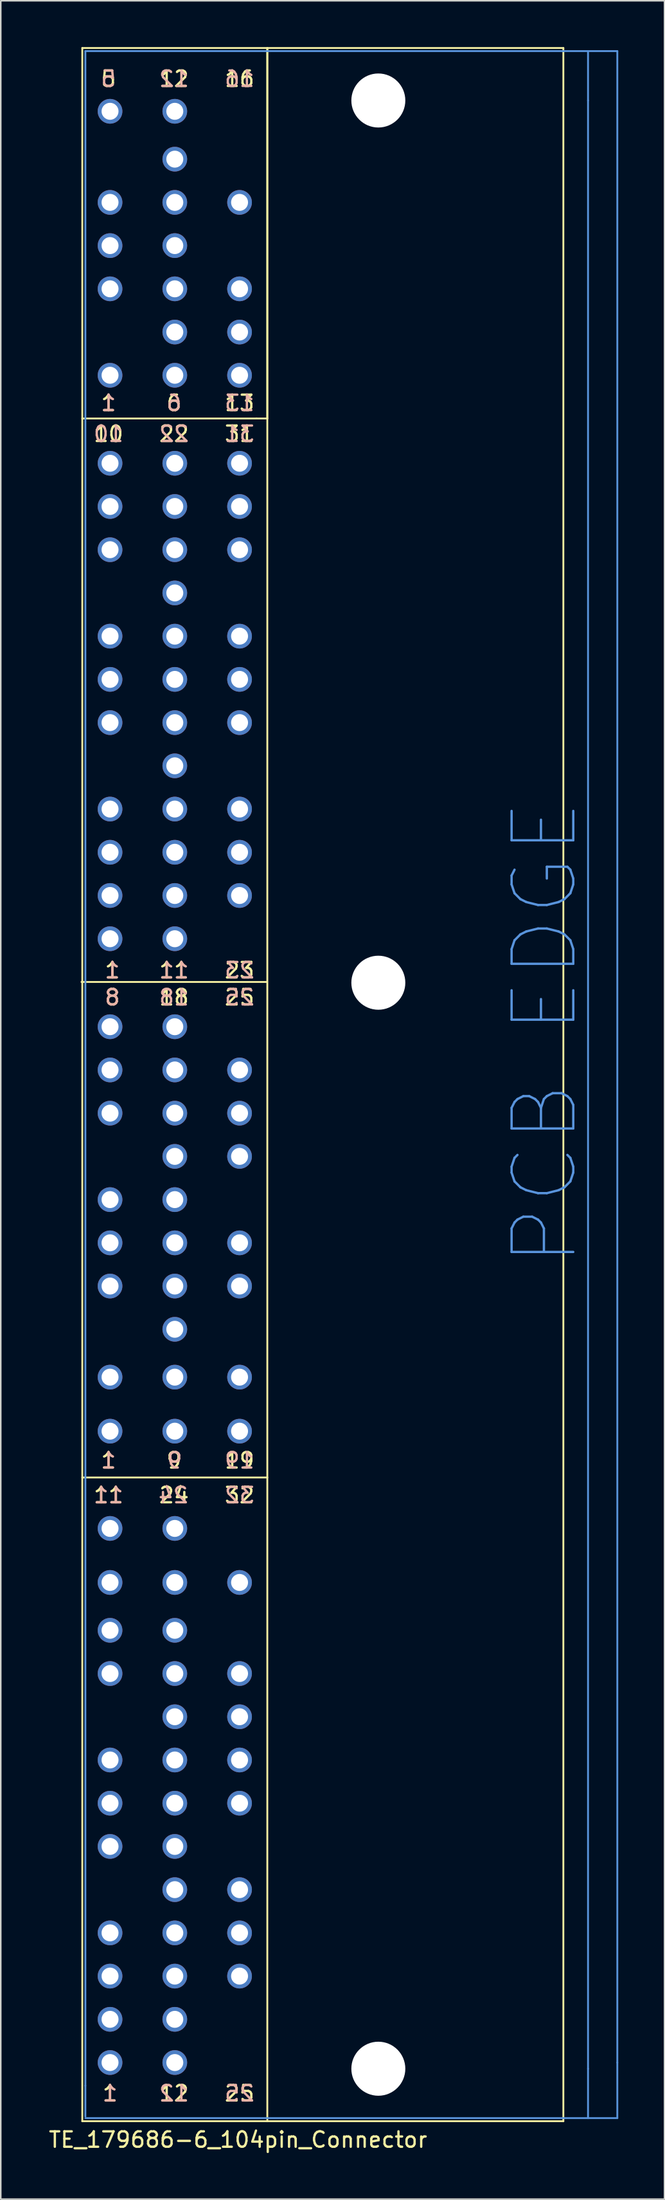
<source format=kicad_pcb>
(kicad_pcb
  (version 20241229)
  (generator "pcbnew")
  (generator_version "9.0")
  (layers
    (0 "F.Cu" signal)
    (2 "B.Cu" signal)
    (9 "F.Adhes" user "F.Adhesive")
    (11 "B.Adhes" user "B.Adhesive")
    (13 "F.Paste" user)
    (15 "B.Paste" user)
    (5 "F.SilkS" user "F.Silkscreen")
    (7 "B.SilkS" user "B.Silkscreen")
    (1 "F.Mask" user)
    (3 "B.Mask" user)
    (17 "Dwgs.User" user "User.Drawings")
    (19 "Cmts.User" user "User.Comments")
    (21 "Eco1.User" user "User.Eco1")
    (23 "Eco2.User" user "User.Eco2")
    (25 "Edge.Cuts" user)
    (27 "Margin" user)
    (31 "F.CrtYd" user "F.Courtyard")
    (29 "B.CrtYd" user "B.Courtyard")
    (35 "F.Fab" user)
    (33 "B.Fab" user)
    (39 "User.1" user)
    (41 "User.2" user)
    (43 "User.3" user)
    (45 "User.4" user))
  (footprint "TE_179686-6_104pin_Connector"
    (layer "F.Cu")
    (at 4.087 4.16)
    (property "Reference" "TE_179686-6_104pin_Connector" (at 8.3 131.4 0) (layer "F.SilkS") (effects (font (size 1 1) (thickness 0.15))))
    (attr through_hole)
    (fp_line (start -1.85 56.4) (end 10.15 56.4) (stroke (width 0.12) (type solid)) (layer "F.SilkS"))
    (fp_line (start -1.8 -4.1) (end 29.4 -4.1) (stroke (width 0.12) (type solid)) (layer "F.SilkS"))
    (fp_line (start -1.8 19.9) (end 9.5 19.9) (stroke (width 0.12) (type solid)) (layer "F.SilkS"))
    (fp_line (start -1.8 88.5) (end 10.2 88.5) (stroke (width 0.12) (type solid)) (layer "F.SilkS"))
    (fp_line (start -1.8 130.2) (end -1.8 -4.1) (stroke (width 0.12) (type solid)) (layer "F.SilkS"))
    (fp_line (start 9.5 19.9) (end 10.2 19.9) (stroke (width 0.12) (type solid)) (layer "F.SilkS"))
    (fp_line (start 10.2 -4.1) (end 10.2 130.2) (stroke (width 0.12) (type solid)) (layer "F.SilkS"))
    (fp_line (start 10.2 19.9) (end 10.2 -4.1) (stroke (width 0.12) (type solid)) (layer "F.SilkS"))
    (fp_line (start 29.4 -4.1) (end 29.4 -3.9) (stroke (width 0.12) (type solid)) (layer "F.SilkS"))
    (fp_line (start 29.4 -3.9) (end 29.4 130.2) (stroke (width 0.12) (type solid)) (layer "F.SilkS"))
    (fp_line (start 29.4 130.2) (end -1.8 130.2) (stroke (width 0.12) (type solid)) (layer "F.SilkS"))
    (fp_line (start -1.6 -3.9) (end -1.6 127.9) (stroke (width 0.12) (type solid)) (layer "Cmts.User"))
    (fp_line (start -1.6 127.9) (end -1.6 129.9) (stroke (width 0.12) (type solid)) (layer "Cmts.User"))
    (fp_line (start -1.6 130) (end 32.9 130) (stroke (width 0.12) (type solid)) (layer "Cmts.User"))
    (fp_line (start 31 -0.7) (end 31 -3.9) (stroke (width 0.12) (type solid)) (layer "Cmts.User"))
    (fp_line (start 31 -0.7) (end 31 126.8) (stroke (width 0.12) (type solid)) (layer "Cmts.User"))
    (fp_line (start 31 126.8) (end 31 130) (stroke (width 0.12) (type solid)) (layer "Cmts.User"))
    (fp_line (start 32.9 -3.9) (end -1.6 -3.9) (stroke (width 0.12) (type solid)) (layer "Cmts.User"))
    (fp_line (start 32.9 126.4) (end 32.9 -3.9) (stroke (width 0.12) (type solid)) (layer "Cmts.User"))
    (fp_line (start 32.9 130) (end 32.9 126.4) (stroke (width 0.12) (type solid)) (layer "Cmts.User"))
    (fp_text user "11" (at 4.15 55.65 0) (layer "F.SilkS") (effects (font (size 1 1) (thickness 0.15))))
    (fp_text user "11" (at -0.1 89.65 0) (layer "F.SilkS") (effects (font (size 1 1) (thickness 0.15))))
    (fp_text user "24" (at 4.15 89.65 0) (layer "F.SilkS") (effects (font (size 1 1) (thickness 0.15))))
    (fp_text user "16" (at 8.4 -2.1 0) (layer "F.SilkS") (effects (font (size 1 1) (thickness 0.15))))
    (fp_text user "19" (at 8.4 87.4 0) (layer "F.SilkS") (effects (font (size 1 1) (thickness 0.15))))
    (fp_text user "8" (at 0.15 57.4 0) (layer "F.SilkS") (effects (font (size 1 1) (thickness 0.15))))
    (fp_text user "1" (at -0.1 18.9 0) (layer "F.SilkS") (effects (font (size 1 1) (thickness 0.15))))
    (fp_text user "1" (at 0 128.4 0) (layer "F.SilkS") (effects (font (size 1 1) (thickness 0.15))))
    (fp_text user "13" (at 8.4 18.9 0) (layer "F.SilkS") (effects (font (size 1 1) (thickness 0.15))))
    (fp_text user "25" (at 8.4 128.4 0) (layer "F.SilkS") (effects (font (size 1 1) (thickness 0.15))))
    (fp_text user "10" (at -0.1 20.9 0) (layer "F.SilkS") (effects (font (size 1 1) (thickness 0.15))))
    (fp_text user "32" (at 8.4 89.65 0) (layer "F.SilkS") (effects (font (size 1 1) (thickness 0.15))))
    (fp_text user "18" (at 4.15 57.4 0) (layer "F.SilkS") (effects (font (size 1 1) (thickness 0.15))))
    (fp_text user "12" (at 4.15 128.4 0) (layer "F.SilkS") (effects (font (size 1 1) (thickness 0.15))))
    (fp_text user "23" (at 8.4 55.65 0) (layer "F.SilkS") (effects (font (size 1 1) (thickness 0.15))))
    (fp_text user "22" (at 4.15 20.9 0) (layer "F.SilkS") (effects (font (size 1 1) (thickness 0.15))))
    (fp_text user "1" (at 0.15 55.65 0) (layer "F.SilkS") (effects (font (size 1 1) (thickness 0.15))))
    (fp_text user "9" (at 4.15 87.4 0) (layer "F.SilkS") (effects (font (size 1 1) (thickness 0.15))))
    (fp_text user "25" (at 8.4 57.4 0) (layer "F.SilkS") (effects (font (size 1 1) (thickness 0.15))))
    (fp_text user "31" (at 8.4 20.9 0) (layer "F.SilkS") (effects (font (size 1 1) (thickness 0.15))))
    (fp_text user "5" (at -0.1 -2.1 0) (layer "F.SilkS") (effects (font (size 1 1) (thickness 0.15))))
    (fp_text user "6" (at 4.15 18.9 0) (layer "F.SilkS") (effects (font (size 1 1) (thickness 0.15))))
    (fp_text user "1" (at -0.1 87.4 0) (layer "F.SilkS") (effects (font (size 1 1) (thickness 0.15))))
    (fp_text user "12" (at 4.15 -2.1 0) (layer "F.SilkS") (effects (font (size 1 1) (thickness 0.15))))
    (fp_text user "25" (at 8.4 128.4 0) (layer "B.SilkS") (effects (font (size 1 1) (thickness 0.15)) (justify mirror)))
    (fp_text user "25" (at 8.4 57.4 0) (layer "B.SilkS") (effects (font (size 1 1) (thickness 0.15)) (justify mirror)))
    (fp_text user "9" (at 4.2 87.4 180) (layer "B.SilkS") (effects (font (size 1 1) (thickness 0.15)) (justify mirror)))
    (fp_text user "11" (at -0.1 89.65 180) (layer "B.SilkS") (effects (font (size 1 1) (thickness 0.15)) (justify mirror)))
    (fp_text user "31" (at 8.4 20.9 0) (layer "B.SilkS") (effects (font (size 1 1) (thickness 0.15)) (justify mirror)))
    (fp_text user "12" (at 4.15 128.4 0) (layer "B.SilkS") (effects (font (size 1 1) (thickness 0.15)) (justify mirror)))
    (fp_text user "1" (at 0.15 55.65 0) (layer "B.SilkS") (effects (font (size 1 1) (thickness 0.15)) (justify mirror)))
    (fp_text user "1" (at 0 128.4 0) (layer "B.SilkS") (effects (font (size 1 1) (thickness 0.15)) (justify mirror)))
    (fp_text user "1" (at -0.1 18.9 0) (layer "B.SilkS") (effects (font (size 1 1) (thickness 0.15)) (justify mirror)))
    (fp_text user "24" (at 4.1 89.65 180) (layer "B.SilkS") (effects (font (size 1 1) (thickness 0.15)) (justify mirror)))
    (fp_text user "22" (at 4.15 20.9 0) (layer "B.SilkS") (effects (font (size 1 1) (thickness 0.15)) (justify mirror)))
    (fp_text user "19" (at 8.4 87.4 180) (layer "B.SilkS") (effects (font (size 1 1) (thickness 0.15)) (justify mirror)))
    (fp_text user "11" (at 4.15 55.65 0) (layer "B.SilkS") (effects (font (size 1 1) (thickness 0.15)) (justify mirror)))
    (fp_text user "8" (at 0.15 57.4 0) (layer "B.SilkS") (effects (font (size 1 1) (thickness 0.15)) (justify mirror)))
    (fp_text user "16" (at 8.4 -2.1 0) (layer "B.SilkS") (effects (font (size 1 1) (thickness 0.15)) (justify mirror)))
    (fp_text user "5" (at -0.1 -2.1 0) (layer "B.SilkS") (effects (font (size 1 1) (thickness 0.15)) (justify mirror)))
    (fp_text user "6" (at 4.15 18.9 0) (layer "B.SilkS") (effects (font (size 1 1) (thickness 0.15)) (justify mirror)))
    (fp_text user "23" (at 8.4 55.65 0) (layer "B.SilkS") (effects (font (size 1 1) (thickness 0.15)) (justify mirror)))
    (fp_text user "32" (at 8.4 89.65 180) (layer "B.SilkS") (effects (font (size 1 1) (thickness 0.15)) (justify mirror)))
    (fp_text user "1" (at -0.1 87.4 180) (layer "B.SilkS") (effects (font (size 1 1) (thickness 0.15)) (justify mirror)))
    (fp_text user "12" (at 4.15 -2.1 0) (layer "B.SilkS") (effects (font (size 1 1) (thickness 0.15)) (justify mirror)))
    (fp_text user "18" (at 4.15 57.4 0) (layer "B.SilkS") (effects (font (size 1 1) (thickness 0.15)) (justify mirror)))
    (fp_text user "10" (at -0.1 20.9 0) (layer "B.SilkS") (effects (font (size 1 1) (thickness 0.15)) (justify mirror)))
    (fp_text user "13" (at 8.4 18.9 0) (layer "B.SilkS") (effects (font (size 1 1) (thickness 0.15)) (justify mirror)))
    (fp_text user "PCB EDGE" (at 28.2 59.7 90) (layer "Cmts.User") (effects (font (size 4 4) (thickness 0.15))))
    (pad "" np_thru_hole circle (at 17.4 -0.7) (size 3.5 3.5) (drill 3.5) (layers "*.Cu" "*.Mask"))
    (pad "" np_thru_hole circle (at 17.4 56.45) (size 3.5 3.5) (drill 3.5) (layers "*.Cu" "*.Mask"))
    (pad "" np_thru_hole circle (at 17.4 126.8) (size 3.5 3.5) (drill 3.5) (layers "*.Cu" "*.Mask"))
    (pad "1" thru_hole circle (at 0 126.4) (size 1.6 1.6) (drill 1.1) (layers "*.Cu" "*.Mask"))
    (pad "2" thru_hole circle (at 0 123.6) (size 1.6 1.6) (drill 1.1) (layers "*.Cu" "*.Mask"))
    (pad "3" thru_hole circle (at 0 120.8) (size 1.6 1.6) (drill 1.1) (layers "*.Cu" "*.Mask"))
    (pad "4" thru_hole circle (at 0 118) (size 1.6 1.6) (drill 1.1) (layers "*.Cu" "*.Mask"))
    (pad "5" thru_hole circle (at 0 112.4) (size 1.6 1.6) (drill 1.1) (layers "*.Cu" "*.Mask"))
    (pad "6" thru_hole circle (at 0 109.6) (size 1.6 1.6) (drill 1.1) (layers "*.Cu" "*.Mask"))
    (pad "7" thru_hole circle (at 0 106.8) (size 1.6 1.6) (drill 1.1) (layers "*.Cu" "*.Mask"))
    (pad "8" thru_hole circle (at 0 101.2) (size 1.6 1.6) (drill 1.1) (layers "*.Cu" "*.Mask"))
    (pad "9" thru_hole circle (at 0 98.4) (size 1.6 1.6) (drill 1.1) (layers "*.Cu" "*.Mask"))
    (pad "10" thru_hole circle (at 0 95.3) (size 1.6 1.6) (drill 1.1) (layers "*.Cu" "*.Mask"))
    (pad "11" thru_hole circle (at 0 91.8) (size 1.6 1.6) (drill 1.1) (layers "*.Cu" "*.Mask"))
    (pad "12" thru_hole circle (at 4.2 126.4) (size 1.6 1.6) (drill 1.1) (layers "*.Cu" "*.Mask"))
    (pad "13" thru_hole circle (at 4.2 123.6) (size 1.6 1.6) (drill 1.1) (layers "*.Cu" "*.Mask"))
    (pad "14" thru_hole circle (at 4.2 120.8) (size 1.6 1.6) (drill 1.1) (layers "*.Cu" "*.Mask"))
    (pad "15" thru_hole circle (at 4.2 118) (size 1.6 1.6) (drill 1.1) (layers "*.Cu" "*.Mask"))
    (pad "16" thru_hole circle (at 4.2 115.2) (size 1.6 1.6) (drill 1.1) (layers "*.Cu" "*.Mask"))
    (pad "17" thru_hole circle (at 4.2 112.4) (size 1.6 1.6) (drill 1.1) (layers "*.Cu" "*.Mask"))
    (pad "18" thru_hole circle (at 4.2 109.6) (size 1.6 1.6) (drill 1.1) (layers "*.Cu" "*.Mask"))
    (pad "19" thru_hole circle (at 4.2 106.8) (size 1.6 1.6) (drill 1.1) (layers "*.Cu" "*.Mask"))
    (pad "20" thru_hole circle (at 4.2 104) (size 1.6 1.6) (drill 1.1) (layers "*.Cu" "*.Mask"))
    (pad "21" thru_hole circle (at 4.2 101.2) (size 1.6 1.6) (drill 1.1) (layers "*.Cu" "*.Mask"))
    (pad "22" thru_hole circle (at 4.2 98.4) (size 1.6 1.6) (drill 1.1) (layers "*.Cu" "*.Mask"))
    (pad "23" thru_hole circle (at 4.2 95.3) (size 1.6 1.6) (drill 1.1) (layers "*.Cu" "*.Mask"))
    (pad "24" thru_hole circle (at 4.2 91.8) (size 1.6 1.6) (drill 1.1) (layers "*.Cu" "*.Mask"))
    (pad "25" thru_hole circle (at 8.4 120.8) (size 1.6 1.6) (drill 1.1) (layers "*.Cu" "*.Mask"))
    (pad "26" thru_hole circle (at 8.4 118) (size 1.6 1.6) (drill 1.1) (layers "*.Cu" "*.Mask"))
    (pad "27" thru_hole circle (at 8.4 115.2) (size 1.6 1.6) (drill 1.1) (layers "*.Cu" "*.Mask"))
    (pad "28" thru_hole circle (at 8.4 109.6) (size 1.6 1.6) (drill 1.1) (layers "*.Cu" "*.Mask"))
    (pad "29" thru_hole circle (at 8.4 106.8) (size 1.6 1.6) (drill 1.1) (layers "*.Cu" "*.Mask"))
    (pad "30" thru_hole circle (at 8.4 104) (size 1.6 1.6) (drill 1.1) (layers "*.Cu" "*.Mask"))
    (pad "31" thru_hole circle (at 8.4 101.2) (size 1.6 1.6) (drill 1.1) (layers "*.Cu" "*.Mask"))
    (pad "32" thru_hole circle (at 8.4 95.3) (size 1.6 1.6) (drill 1.1) (layers "*.Cu" "*.Mask"))
    (pad "33" thru_hole circle (at 0 85.5) (size 1.6 1.6) (drill 1.1) (layers "*.Cu" "*.Mask"))
    (pad "34" thru_hole circle (at 0 82) (size 1.6 1.6) (drill 1.1) (layers "*.Cu" "*.Mask"))
    (pad "35" thru_hole circle (at 0 76.1) (size 1.6 1.6) (drill 1.1) (layers "*.Cu" "*.Mask"))
    (pad "36" thru_hole circle (at 0 73.3) (size 1.6 1.6) (drill 1.1) (layers "*.Cu" "*.Mask"))
    (pad "37" thru_hole circle (at 0 70.5) (size 1.6 1.6) (drill 1.1) (layers "*.Cu" "*.Mask"))
    (pad "38" thru_hole circle (at 0 64.9) (size 1.6 1.6) (drill 1.1) (layers "*.Cu" "*.Mask"))
    (pad "39" thru_hole circle (at 0 62.1) (size 1.6 1.6) (drill 1.1) (layers "*.Cu" "*.Mask"))
    (pad "40" thru_hole circle (at 0 59.3) (size 1.6 1.6) (drill 1.1) (layers "*.Cu" "*.Mask"))
    (pad "41" thru_hole circle (at 4.2 85.5) (size 1.6 1.6) (drill 1.1) (layers "*.Cu" "*.Mask"))
    (pad "42" thru_hole circle (at 4.2 82) (size 1.6 1.6) (drill 1.1) (layers "*.Cu" "*.Mask"))
    (pad "43" thru_hole circle (at 4.2 78.9) (size 1.6 1.6) (drill 1.1) (layers "*.Cu" "*.Mask"))
    (pad "44" thru_hole circle (at 4.2 76.1) (size 1.6 1.6) (drill 1.1) (layers "*.Cu" "*.Mask"))
    (pad "45" thru_hole circle (at 4.2 73.3) (size 1.6 1.6) (drill 1.1) (layers "*.Cu" "*.Mask"))
    (pad "46" thru_hole circle (at 4.2 70.5) (size 1.6 1.6) (drill 1.1) (layers "*.Cu" "*.Mask"))
    (pad "47" thru_hole circle (at 4.2 67.7) (size 1.6 1.6) (drill 1.1) (layers "*.Cu" "*.Mask"))
    (pad "48" thru_hole circle (at 4.2 64.9) (size 1.6 1.6) (drill 1.1) (layers "*.Cu" "*.Mask"))
    (pad "49" thru_hole circle (at 4.2 62.1) (size 1.6 1.6) (drill 1.1) (layers "*.Cu" "*.Mask"))
    (pad "50" thru_hole circle (at 4.2 59.3) (size 1.6 1.6) (drill 1.1) (layers "*.Cu" "*.Mask"))
    (pad "51" thru_hole circle (at 8.4 85.5) (size 1.6 1.6) (drill 1.1) (layers "*.Cu" "*.Mask"))
    (pad "52" thru_hole circle (at 8.4 82) (size 1.6 1.6) (drill 1.1) (layers "*.Cu" "*.Mask"))
    (pad "53" thru_hole circle (at 8.4 76.1) (size 1.6 1.6) (drill 1.1) (layers "*.Cu" "*.Mask"))
    (pad "54" thru_hole circle (at 8.4 73.3) (size 1.6 1.6) (drill 1.1) (layers "*.Cu" "*.Mask"))
    (pad "55" thru_hole circle (at 8.4 67.7) (size 1.6 1.6) (drill 1.1) (layers "*.Cu" "*.Mask"))
    (pad "56" thru_hole circle (at 8.4 64.9) (size 1.6 1.6) (drill 1.1) (layers "*.Cu" "*.Mask"))
    (pad "57" thru_hole circle (at 8.4 62.1) (size 1.6 1.6) (drill 1.1) (layers "*.Cu" "*.Mask"))
    (pad "58" thru_hole circle (at 0 53.6) (size 1.6 1.6) (drill 1.1) (layers "*.Cu" "*.Mask"))
    (pad "59" thru_hole circle (at 0 50.8) (size 1.6 1.6) (drill 1.1) (layers "*.Cu" "*.Mask"))
    (pad "60" thru_hole circle (at 0 48) (size 1.6 1.6) (drill 1.1) (layers "*.Cu" "*.Mask"))
    (pad "61" thru_hole circle (at 0 45.2) (size 1.6 1.6) (drill 1.1) (layers "*.Cu" "*.Mask"))
    (pad "62" thru_hole circle (at 0 39.6) (size 1.6 1.6) (drill 1.1) (layers "*.Cu" "*.Mask"))
    (pad "63" thru_hole circle (at 0 36.8) (size 1.6 1.6) (drill 1.1) (layers "*.Cu" "*.Mask"))
    (pad "64" thru_hole circle (at 0 34) (size 1.6 1.6) (drill 1.1) (layers "*.Cu" "*.Mask"))
    (pad "65" thru_hole circle (at 0 28.4) (size 1.6 1.6) (drill 1.1) (layers "*.Cu" "*.Mask"))
    (pad "66" thru_hole circle (at 0 25.6) (size 1.6 1.6) (drill 1.1) (layers "*.Cu" "*.Mask"))
    (pad "67" thru_hole circle (at 0 22.8) (size 1.6 1.6) (drill 1.1) (layers "*.Cu" "*.Mask"))
    (pad "68" thru_hole circle (at 4.2 53.6) (size 1.6 1.6) (drill 1.1) (layers "*.Cu" "*.Mask"))
    (pad "69" thru_hole circle (at 4.2 50.8) (size 1.6 1.6) (drill 1.1) (layers "*.Cu" "*.Mask"))
    (pad "70" thru_hole circle (at 4.2 48) (size 1.6 1.6) (drill 1.1) (layers "*.Cu" "*.Mask"))
    (pad "71" thru_hole circle (at 4.2 45.2) (size 1.6 1.6) (drill 1.1) (layers "*.Cu" "*.Mask"))
    (pad "72" thru_hole circle (at 4.2 42.4) (size 1.6 1.6) (drill 1.1) (layers "*.Cu" "*.Mask"))
    (pad "73" thru_hole circle (at 4.2 39.6) (size 1.6 1.6) (drill 1.1) (layers "*.Cu" "*.Mask"))
    (pad "74" thru_hole circle (at 4.2 36.8) (size 1.6 1.6) (drill 1.1) (layers "*.Cu" "*.Mask"))
    (pad "75" thru_hole circle (at 4.2 34) (size 1.6 1.6) (drill 1.1) (layers "*.Cu" "*.Mask"))
    (pad "76" thru_hole circle (at 4.2 31.2) (size 1.6 1.6) (drill 1.1) (layers "*.Cu" "*.Mask"))
    (pad "77" thru_hole circle (at 4.2 28.4) (size 1.6 1.6) (drill 1.1) (layers "*.Cu" "*.Mask"))
    (pad "78" thru_hole circle (at 4.2 25.6) (size 1.6 1.6) (drill 1.1) (layers "*.Cu" "*.Mask"))
    (pad "79" thru_hole circle (at 4.2 22.8) (size 1.6 1.6) (drill 1.1) (layers "*.Cu" "*.Mask"))
    (pad "80" thru_hole circle (at 8.4 50.8) (size 1.6 1.6) (drill 1.1) (layers "*.Cu" "*.Mask"))
    (pad "81" thru_hole circle (at 8.4 48) (size 1.6 1.6) (drill 1.1) (layers "*.Cu" "*.Mask"))
    (pad "82" thru_hole circle (at 8.4 45.2) (size 1.6 1.6) (drill 1.1) (layers "*.Cu" "*.Mask"))
    (pad "83" thru_hole circle (at 8.4 39.6) (size 1.6 1.6) (drill 1.1) (layers "*.Cu" "*.Mask"))
    (pad "84" thru_hole circle (at 8.4 36.8) (size 1.6 1.6) (drill 1.1) (layers "*.Cu" "*.Mask"))
    (pad "85" thru_hole circle (at 8.4 34) (size 1.6 1.6) (drill 1.1) (layers "*.Cu" "*.Mask"))
    (pad "86" thru_hole circle (at 8.4 28.4) (size 1.6 1.6) (drill 1.1) (layers "*.Cu" "*.Mask"))
    (pad "87" thru_hole circle (at 8.4 25.6) (size 1.6 1.6) (drill 1.1) (layers "*.Cu" "*.Mask"))
    (pad "88" thru_hole circle (at 8.4 22.8) (size 1.6 1.6) (drill 1.1) (layers "*.Cu" "*.Mask"))
    (pad "89" thru_hole circle (at 0 17.1) (size 1.6 1.6) (drill 1.1) (layers "*.Cu" "*.Mask"))
    (pad "90" thru_hole circle (at 0 11.5) (size 1.6 1.6) (drill 1.1) (layers "*.Cu" "*.Mask"))
    (pad "91" thru_hole circle (at 0 8.7) (size 1.6 1.6) (drill 1.1) (layers "*.Cu" "*.Mask"))
    (pad "92" thru_hole circle (at 0 5.9) (size 1.6 1.6) (drill 1.1) (layers "*.Cu" "*.Mask"))
    (pad "93" thru_hole circle (at 0 0) (size 1.6 1.6) (drill 1.1) (layers "*.Cu" "*.Mask"))
    (pad "94" thru_hole circle (at 4.2 17.1) (size 1.6 1.6) (drill 1.1) (layers "*.Cu" "*.Mask"))
    (pad "95" thru_hole circle (at 4.2 14.3) (size 1.6 1.6) (drill 1.1) (layers "*.Cu" "*.Mask"))
    (pad "96" thru_hole circle (at 4.2 11.5) (size 1.6 1.6) (drill 1.1) (layers "*.Cu" "*.Mask"))
    (pad "97" thru_hole circle (at 4.2 8.7) (size 1.6 1.6) (drill 1.1) (layers "*.Cu" "*.Mask"))
    (pad "98" thru_hole circle (at 4.2 5.9) (size 1.6 1.6) (drill 1.1) (layers "*.Cu" "*.Mask"))
    (pad "99" thru_hole circle (at 4.2 3.1) (size 1.6 1.6) (drill 1.1) (layers "*.Cu" "*.Mask"))
    (pad "100" thru_hole circle (at 4.2 0) (size 1.6 1.6) (drill 1.1) (layers "*.Cu" "*.Mask"))
    (pad "101" thru_hole circle (at 8.4 17.1) (size 1.6 1.6) (drill 1.1) (layers "*.Cu" "*.Mask"))
    (pad "102" thru_hole circle (at 8.4 14.3) (size 1.6 1.6) (drill 1.1) (layers "*.Cu" "*.Mask"))
    (pad "103" thru_hole circle (at 8.4 11.5) (size 1.6 1.6) (drill 1.1) (layers "*.Cu" "*.Mask"))
    (pad "104" thru_hole circle (at 8.4 5.9) (size 1.6 1.6) (drill 1.1) (layers "*.Cu" "*.Mask")))
  (gr_rect
    (start -3 -3)
    (end 40.047 139.408)
    (stroke (width 0.1) (type default))
    (fill no)
    (layer "Edge.Cuts")))
</source>
